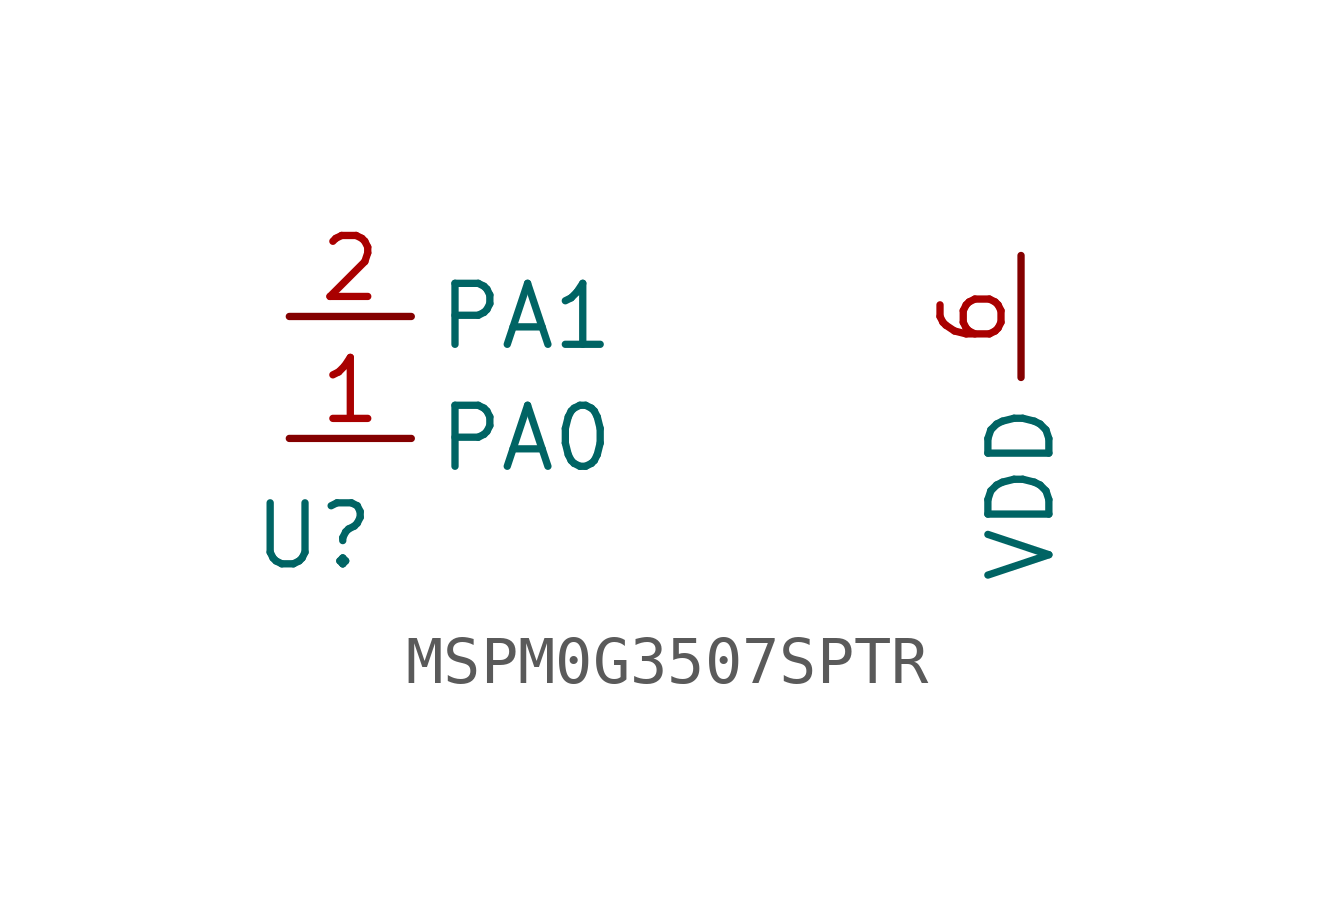
<source format=kicad_sym>
(kicad_symbol_lib
  (version 20241209)
  (generator "kicad_symbol_editor")
  (generator_version "9.0")
  (symbol "MSPM0G3507SPTR"
    (property "Reference" "U"
      (at -10.922 -0.762 0)
      (effects (font (size 1.27 1.27))))
    (property "Value" ""
      (at 0 0 0)
      (effects (font (size 1.27 1.27))))
    (symbol "MSPM0G3507SPTR_0_0"
      (pin bidirectional line (at -11.43 3.81 0) (length 2.54) (name "PA1" (effects (font (size 1.27 1.27)))) (number "2" (effects (font (size 1.27 1.27)))))
      (pin bidirectional line (at -11.43 1.27 0) (length 2.54) (name "PA0" (effects (font (size 1.27 1.27)))) (number "1" (effects (font (size 1.27 1.27)))))
      (pin power_in line (at 3.81 5.08 270) (length 2.54) (name "VDD" (effects (font (size 1.27 1.27)))) (number "6" (effects (font (size 1.27 1.27))))))))
</source>
